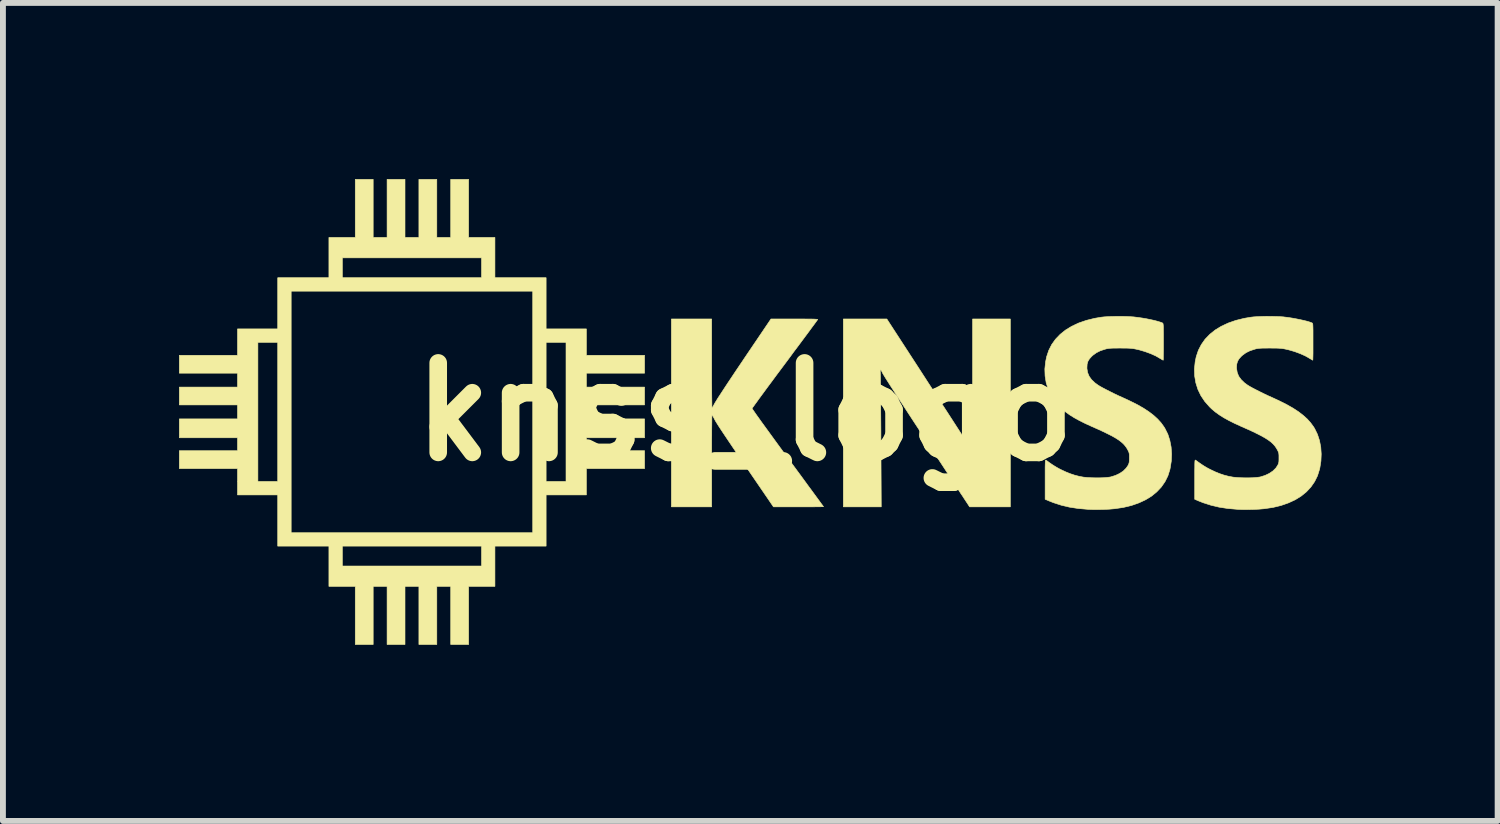
<source format=kicad_pcb>
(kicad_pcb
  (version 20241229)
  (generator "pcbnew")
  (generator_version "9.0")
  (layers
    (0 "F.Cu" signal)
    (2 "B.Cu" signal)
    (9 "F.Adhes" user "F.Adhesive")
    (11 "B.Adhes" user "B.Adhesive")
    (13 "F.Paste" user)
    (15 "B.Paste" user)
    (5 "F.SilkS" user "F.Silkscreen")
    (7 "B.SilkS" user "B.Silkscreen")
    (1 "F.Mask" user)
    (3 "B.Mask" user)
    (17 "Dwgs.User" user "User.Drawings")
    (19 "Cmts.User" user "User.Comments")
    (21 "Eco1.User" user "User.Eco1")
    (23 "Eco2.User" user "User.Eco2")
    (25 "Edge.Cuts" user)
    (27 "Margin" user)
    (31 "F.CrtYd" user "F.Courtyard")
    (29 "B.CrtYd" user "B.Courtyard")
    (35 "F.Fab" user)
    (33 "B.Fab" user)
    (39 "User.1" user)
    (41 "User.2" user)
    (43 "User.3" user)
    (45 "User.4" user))
  (footprint "knss_logo"
    (layer "F.Cu")
    (at 9.64 3.967)
    (property "Reference" "knss_logo" (at 0 0 0) (layer "F.SilkS") (effects (font (size 1.524 1.524) (thickness 0.3))))
    (attr through_hole)
    (fp_poly (pts (xy 4.521 1.617) (xy 3.827 1.617) (xy 3.748 1.496) (xy 3.734 1.475) (xy 3.711 1.439) (xy 3.679 1.392) (xy 3.641 1.333) (xy 3.596 1.264) (xy 3.545 1.186) (xy 3.488 1.099) (xy 3.426 1.005) (xy 3.361 0.905) (xy 3.291 0.799) (xy 3.219 0.688) (xy 3.144 0.574) (xy 3.068 0.458) (xy 3.051 0.432) (xy 2.957 0.288) (xy 2.871 0.157) (xy 2.794 0.039) (xy 2.725 -0.067) (xy 2.663 -0.162) (xy 2.608 -0.246) (xy 2.56 -0.32) (xy 2.518 -0.385) (xy 2.481 -0.442) (xy 2.45 -0.491) (xy 2.424 -0.532) (xy 2.401 -0.568) (xy 2.383 -0.597) (xy 2.368 -0.622) (xy 2.356 -0.642) (xy 2.346 -0.659) (xy 2.339 -0.674) (xy 2.333 -0.686) (xy 2.332 -0.688) (xy 2.319 -0.711) (xy 2.31 -0.718) (xy 2.305 -0.709) (xy 2.305 -0.683) (xy 2.306 -0.667) (xy 2.307 -0.652) (xy 2.308 -0.621) (xy 2.309 -0.576) (xy 2.309 -0.516) (xy 2.31 -0.444) (xy 2.311 -0.36) (xy 2.312 -0.266) (xy 2.313 -0.162) (xy 2.313 -0.049) (xy 2.314 0.071) (xy 2.315 0.197) (xy 2.316 0.329) (xy 2.316 0.465) (xy 2.316 0.502) (xy 2.322 1.617) (xy 1.676 1.617) (xy 1.676 -1.583) (xy 2.047 -1.583) (xy 2.417 -1.583) (xy 3.006 -0.676) (xy 3.117 -0.504) (xy 3.22 -0.346) (xy 3.313 -0.201) (xy 3.399 -0.069) (xy 3.476 0.05) (xy 3.546 0.158) (xy 3.608 0.254) (xy 3.663 0.339) (xy 3.711 0.414) (xy 3.752 0.478) (xy 3.787 0.532) (xy 3.816 0.578) (xy 3.84 0.614) (xy 3.857 0.642) (xy 3.87 0.662) (xy 3.878 0.675) (xy 3.881 0.681) (xy 3.885 0.689) (xy 3.888 0.684) (xy 3.89 0.665) (xy 3.891 0.631) (xy 3.89 0.582) (xy 3.887 0.517) (xy 3.886 0.49) (xy 3.885 0.456) (xy 3.884 0.406) (xy 3.883 0.342) (xy 3.882 0.265) (xy 3.881 0.177) (xy 3.88 0.079) (xy 3.88 -0.028) (xy 3.879 -0.143) (xy 3.879 -0.263) (xy 3.878 -0.387) (xy 3.878 -0.515) (xy 3.878 -0.641) (xy 3.878 -1.583) (xy 4.521 -1.583) (xy 4.521 1.617)) (stroke (width 0.01) (type solid)) (fill yes) (layer "F.SilkS"))
    (fp_poly (pts (xy -6.333 -2.972) (xy -6.096 -2.972) (xy -6.096 -3.962) (xy -5.791 -3.962) (xy -5.791 -2.972) (xy -5.554 -2.972) (xy -5.554 -3.962) (xy -5.249 -3.962) (xy -5.249 -2.972) (xy -5.012 -2.972) (xy -5.012 -3.962) (xy -4.707 -3.962) (xy -4.707 -2.972) (xy -4.259 -2.972) (xy -4.259 -2.286) (xy -3.387 -2.286) (xy -3.387 -1.414) (xy -2.701 -1.414) (xy -2.701 -0.965) (xy -1.71 -0.965) (xy -1.71 -0.66) (xy -2.701 -0.66) (xy -2.701 -0.423) (xy -1.71 -0.423) (xy -1.71 -0.119) (xy -2.701 -0.119) (xy -2.701 0.119) (xy -1.71 0.119) (xy -1.71 0.44) (xy -2.701 0.44) (xy -2.701 0.66) (xy -1.71 0.66) (xy -1.71 0.965) (xy -2.701 0.965) (xy -2.701 1.414) (xy -3.387 1.414) (xy -3.387 2.286) (xy -4.259 2.286) (xy -4.259 2.972) (xy -4.707 2.972) (xy -4.707 3.962) (xy -5.012 3.962) (xy -5.012 2.972) (xy -5.249 2.972) (xy -5.249 3.962) (xy -5.554 3.962) (xy -5.554 2.972) (xy -5.791 2.972) (xy -5.791 3.962) (xy -6.096 3.962) (xy -6.096 2.972) (xy -6.333 2.972) (xy -6.333 3.962) (xy -6.638 3.962) (xy -6.638 2.972) (xy -7.087 2.972) (xy -7.087 2.286) (xy -6.858 2.286) (xy -6.858 2.625) (xy -4.487 2.625) (xy -4.487 2.286) (xy -6.858 2.286) (xy -7.087 2.286) (xy -7.959 2.286) (xy -7.959 1.414) (xy -8.644 1.414) (xy -8.644 0.965) (xy -9.635 0.965) (xy -9.635 0.66) (xy -8.644 0.66) (xy -8.644 0.44) (xy -9.635 0.44) (xy -9.635 0.119) (xy -8.644 0.119) (xy -8.644 -0.119) (xy -9.635 -0.119) (xy -9.635 -0.423) (xy -8.644 -0.423) (xy -8.644 -0.66) (xy -9.635 -0.66) (xy -9.635 -0.965) (xy -8.644 -0.965) (xy -8.644 -1.185) (xy -8.297 -1.185) (xy -8.297 1.185) (xy -7.959 1.185) (xy -7.959 -1.185) (xy -8.297 -1.185) (xy -8.644 -1.185) (xy -8.644 -1.414) (xy -7.959 -1.414) (xy -7.959 -2.057) (xy -7.73 -2.057) (xy -7.73 2.057) (xy -3.615 2.057) (xy -3.615 -1.185) (xy -3.387 -1.185) (xy -3.387 1.185) (xy -3.048 1.185) (xy -3.048 -1.185) (xy -3.387 -1.185) (xy -3.615 -1.185) (xy -3.615 -2.057) (xy -7.73 -2.057) (xy -7.959 -2.057) (xy -7.959 -2.286) (xy -7.087 -2.286) (xy -7.087 -2.625) (xy -6.858 -2.625) (xy -6.858 -2.286) (xy -4.487 -2.286) (xy -4.487 -2.625) (xy -6.858 -2.625) (xy -7.087 -2.625) (xy -7.087 -2.972) (xy -6.638 -2.972) (xy -6.638 -3.962) (xy -6.333 -3.962) (xy -6.333 -2.972)) (stroke (width 0.01) (type solid)) (fill yes) (layer "F.SilkS"))
    (fp_poly (pts (xy -0.567 -0.826) (xy -0.567 -0.714) (xy -0.567 -0.607) (xy -0.567 -0.507) (xy -0.566 -0.413) (xy -0.566 -0.329) (xy -0.565 -0.254) (xy -0.564 -0.19) (xy -0.563 -0.138) (xy -0.563 -0.1) (xy -0.562 -0.076) (xy -0.561 -0.068) (xy -0.554 -0.075) (xy -0.543 -0.094) (xy -0.528 -0.122) (xy -0.517 -0.142) (xy -0.507 -0.16) (xy -0.488 -0.19) (xy -0.462 -0.233) (xy -0.427 -0.286) (xy -0.386 -0.349) (xy -0.339 -0.421) (xy -0.287 -0.5) (xy -0.23 -0.585) (xy -0.169 -0.677) (xy -0.105 -0.772) (xy -0.038 -0.871) (xy -0.019 -0.9) (xy 0.443 -1.583) (xy 0.844 -1.583) (xy 0.94 -1.583) (xy 1.02 -1.583) (xy 1.086 -1.582) (xy 1.138 -1.582) (xy 1.178 -1.581) (xy 1.207 -1.579) (xy 1.226 -1.578) (xy 1.237 -1.576) (xy 1.239 -1.573) (xy 1.239 -1.573) (xy 1.233 -1.565) (xy 1.218 -1.544) (xy 1.194 -1.511) (xy 1.162 -1.468) (xy 1.122 -1.414) (xy 1.076 -1.351) (xy 1.023 -1.28) (xy 0.965 -1.202) (xy 0.902 -1.117) (xy 0.834 -1.027) (xy 0.764 -0.931) (xy 0.69 -0.832) (xy 0.679 -0.817) (xy 0.605 -0.718) (xy 0.533 -0.622) (xy 0.466 -0.531) (xy 0.402 -0.445) (xy 0.343 -0.365) (xy 0.29 -0.293) (xy 0.243 -0.229) (xy 0.203 -0.173) (xy 0.17 -0.128) (xy 0.145 -0.093) (xy 0.128 -0.07) (xy 0.122 -0.06) (xy 0.121 -0.06) (xy 0.126 -0.051) (xy 0.14 -0.03) (xy 0.163 0.003) (xy 0.194 0.048) (xy 0.233 0.102) (xy 0.279 0.167) (xy 0.332 0.24) (xy 0.391 0.321) (xy 0.455 0.409) (xy 0.524 0.504) (xy 0.597 0.604) (xy 0.674 0.709) (xy 0.728 0.782) (xy 0.805 0.887) (xy 0.88 0.989) (xy 0.951 1.085) (xy 1.018 1.177) (xy 1.08 1.262) (xy 1.137 1.339) (xy 1.188 1.409) (xy 1.233 1.47) (xy 1.271 1.522) (xy 1.3 1.562) (xy 1.322 1.592) (xy 1.335 1.609) (xy 1.338 1.614) (xy 1.33 1.615) (xy 1.306 1.615) (xy 1.269 1.616) (xy 1.219 1.616) (xy 1.159 1.617) (xy 1.09 1.617) (xy 1.014 1.617) (xy 0.932 1.617) (xy 0.912 1.617) (xy 0.486 1.617) (xy 0.008 0.918) (xy -0.082 0.787) (xy -0.164 0.666) (xy -0.238 0.556) (xy -0.304 0.458) (xy -0.361 0.373) (xy -0.41 0.299) (xy -0.45 0.238) (xy -0.48 0.19) (xy -0.502 0.155) (xy -0.512 0.136) (xy -0.53 0.102) (xy -0.545 0.074) (xy -0.556 0.057) (xy -0.561 0.051) (xy -0.562 0.059) (xy -0.563 0.083) (xy -0.564 0.122) (xy -0.564 0.174) (xy -0.565 0.238) (xy -0.566 0.313) (xy -0.566 0.398) (xy -0.567 0.492) (xy -0.567 0.593) (xy -0.567 0.701) (xy -0.567 0.814) (xy -0.567 0.834) (xy -0.567 1.617) (xy -1.253 1.617) (xy -1.253 -1.583) (xy -0.567 -1.583) (xy -0.567 -0.826)) (stroke (width 0.01) (type solid)) (fill yes) (layer "F.SilkS"))
    (fp_poly (pts (xy 6.419 -1.627) (xy 6.498 -1.626) (xy 6.57 -1.622) (xy 6.631 -1.618) (xy 6.633 -1.617) (xy 6.699 -1.609) (xy 6.768 -1.599) (xy 6.839 -1.587) (xy 6.907 -1.573) (xy 6.972 -1.559) (xy 7.028 -1.544) (xy 7.074 -1.53) (xy 7.107 -1.518) (xy 7.113 -1.515) (xy 7.117 -1.512) (xy 7.121 -1.507) (xy 7.123 -1.498) (xy 7.125 -1.484) (xy 7.127 -1.462) (xy 7.128 -1.432) (xy 7.128 -1.392) (xy 7.129 -1.339) (xy 7.129 -1.273) (xy 7.129 -1.194) (xy 7.129 -1.123) (xy 7.129 -1.057) (xy 7.128 -1) (xy 7.127 -0.951) (xy 7.127 -0.914) (xy 7.126 -0.89) (xy 7.125 -0.881) (xy 7.125 -0.881) (xy 7.116 -0.885) (xy 7.097 -0.896) (xy 7.073 -0.911) (xy 7.072 -0.911) (xy 6.998 -0.954) (xy 6.911 -0.993) (xy 6.815 -1.028) (xy 6.717 -1.057) (xy 6.65 -1.072) (xy 6.619 -1.078) (xy 6.585 -1.082) (xy 6.546 -1.085) (xy 6.499 -1.087) (xy 6.441 -1.087) (xy 6.388 -1.088) (xy 6.325 -1.087) (xy 6.276 -1.087) (xy 6.237 -1.085) (xy 6.207 -1.083) (xy 6.181 -1.079) (xy 6.158 -1.075) (xy 6.134 -1.068) (xy 6.054 -1.042) (xy 5.988 -1.009) (xy 5.931 -0.968) (xy 5.905 -0.945) (xy 5.867 -0.902) (xy 5.842 -0.86) (xy 5.829 -0.814) (xy 5.826 -0.758) (xy 5.826 -0.738) (xy 5.837 -0.671) (xy 5.863 -0.608) (xy 5.904 -0.55) (xy 5.962 -0.495) (xy 6.014 -0.457) (xy 6.05 -0.435) (xy 6.098 -0.408) (xy 6.156 -0.378) (xy 6.221 -0.345) (xy 6.289 -0.311) (xy 6.358 -0.278) (xy 6.425 -0.248) (xy 6.43 -0.246) (xy 6.565 -0.183) (xy 6.685 -0.123) (xy 6.79 -0.063) (xy 6.881 -0.003) (xy 6.961 0.058) (xy 7.029 0.12) (xy 7.088 0.185) (xy 7.137 0.253) (xy 7.156 0.284) (xy 7.204 0.38) (xy 7.238 0.486) (xy 7.26 0.599) (xy 7.268 0.717) (xy 7.263 0.837) (xy 7.244 0.957) (xy 7.239 0.981) (xy 7.205 1.089) (xy 7.156 1.188) (xy 7.093 1.279) (xy 7.016 1.361) (xy 6.927 1.434) (xy 6.824 1.497) (xy 6.71 1.55) (xy 6.584 1.594) (xy 6.446 1.627) (xy 6.298 1.649) (xy 6.286 1.65) (xy 6.206 1.657) (xy 6.115 1.661) (xy 6.022 1.663) (xy 5.931 1.663) (xy 5.85 1.66) (xy 5.838 1.659) (xy 5.676 1.645) (xy 5.527 1.622) (xy 5.388 1.589) (xy 5.258 1.547) (xy 5.184 1.518) (xy 5.114 1.488) (xy 5.114 1.149) (xy 5.114 1.065) (xy 5.114 0.996) (xy 5.114 0.941) (xy 5.115 0.898) (xy 5.116 0.866) (xy 5.117 0.844) (xy 5.119 0.83) (xy 5.121 0.822) (xy 5.124 0.82) (xy 5.127 0.821) (xy 5.13 0.822) (xy 5.185 0.863) (xy 5.231 0.895) (xy 5.272 0.921) (xy 5.31 0.944) (xy 5.349 0.966) (xy 5.389 0.986) (xy 5.468 1.023) (xy 5.54 1.052) (xy 5.611 1.076) (xy 5.688 1.096) (xy 5.718 1.102) (xy 5.767 1.111) (xy 5.827 1.117) (xy 5.895 1.121) (xy 5.967 1.123) (xy 6.039 1.123) (xy 6.107 1.121) (xy 6.168 1.116) (xy 6.217 1.11) (xy 6.232 1.107) (xy 6.312 1.082) (xy 6.384 1.048) (xy 6.446 1.006) (xy 6.495 0.957) (xy 6.527 0.91) (xy 6.537 0.888) (xy 6.544 0.868) (xy 6.547 0.844) (xy 6.549 0.812) (xy 6.549 0.783) (xy 6.549 0.743) (xy 6.547 0.714) (xy 6.542 0.692) (xy 6.534 0.671) (xy 6.522 0.648) (xy 6.501 0.611) (xy 6.476 0.577) (xy 6.447 0.544) (xy 6.411 0.512) (xy 6.369 0.48) (xy 6.318 0.447) (xy 6.257 0.412) (xy 6.184 0.375) (xy 6.1 0.334) (xy 6.002 0.289) (xy 5.911 0.249) (xy 5.797 0.197) (xy 5.697 0.147) (xy 5.61 0.099) (xy 5.533 0.051) (xy 5.465 0.002) (xy 5.404 -0.05) (xy 5.366 -0.086) (xy 5.285 -0.178) (xy 5.219 -0.278) (xy 5.168 -0.384) (xy 5.132 -0.495) (xy 5.113 -0.612) (xy 5.109 -0.732) (xy 5.122 -0.855) (xy 5.14 -0.942) (xy 5.176 -1.049) (xy 5.226 -1.148) (xy 5.291 -1.239) (xy 5.37 -1.321) (xy 5.462 -1.395) (xy 5.567 -1.459) (xy 5.684 -1.514) (xy 5.814 -1.559) (xy 5.955 -1.594) (xy 6.066 -1.613) (xy 6.119 -1.619) (xy 6.184 -1.623) (xy 6.259 -1.626) (xy 6.339 -1.627) (xy 6.419 -1.627)) (stroke (width 0.01) (type solid)) (fill yes) (layer "F.SilkS"))
    (fp_poly (pts (xy 8.964 -1.627) (xy 9.042 -1.626) (xy 9.113 -1.623) (xy 9.174 -1.619) (xy 9.186 -1.617) (xy 9.253 -1.609) (xy 9.323 -1.598) (xy 9.394 -1.585) (xy 9.463 -1.571) (xy 9.526 -1.557) (xy 9.582 -1.543) (xy 9.627 -1.529) (xy 9.658 -1.517) (xy 9.662 -1.515) (xy 9.666 -1.512) (xy 9.669 -1.507) (xy 9.672 -1.498) (xy 9.674 -1.484) (xy 9.675 -1.462) (xy 9.676 -1.432) (xy 9.677 -1.392) (xy 9.677 -1.339) (xy 9.677 -1.273) (xy 9.677 -1.194) (xy 9.677 -1.123) (xy 9.677 -1.057) (xy 9.677 -1) (xy 9.676 -0.951) (xy 9.675 -0.914) (xy 9.674 -0.89) (xy 9.673 -0.881) (xy 9.673 -0.881) (xy 9.665 -0.885) (xy 9.646 -0.896) (xy 9.621 -0.911) (xy 9.621 -0.911) (xy 9.546 -0.954) (xy 9.459 -0.993) (xy 9.364 -1.028) (xy 9.265 -1.057) (xy 9.199 -1.072) (xy 9.167 -1.078) (xy 9.134 -1.082) (xy 9.095 -1.085) (xy 9.048 -1.087) (xy 8.989 -1.087) (xy 8.937 -1.088) (xy 8.873 -1.087) (xy 8.824 -1.087) (xy 8.786 -1.085) (xy 8.755 -1.083) (xy 8.73 -1.079) (xy 8.706 -1.075) (xy 8.683 -1.068) (xy 8.603 -1.042) (xy 8.536 -1.009) (xy 8.479 -0.968) (xy 8.453 -0.945) (xy 8.415 -0.902) (xy 8.391 -0.86) (xy 8.378 -0.814) (xy 8.374 -0.758) (xy 8.375 -0.738) (xy 8.386 -0.671) (xy 8.411 -0.608) (xy 8.453 -0.55) (xy 8.51 -0.495) (xy 8.562 -0.457) (xy 8.598 -0.435) (xy 8.646 -0.408) (xy 8.704 -0.378) (xy 8.769 -0.345) (xy 8.838 -0.311) (xy 8.907 -0.278) (xy 8.974 -0.248) (xy 8.979 -0.246) (xy 9.114 -0.183) (xy 9.233 -0.123) (xy 9.338 -0.063) (xy 9.43 -0.003) (xy 9.509 0.058) (xy 9.578 0.12) (xy 9.636 0.185) (xy 9.686 0.253) (xy 9.705 0.284) (xy 9.752 0.38) (xy 9.787 0.486) (xy 9.809 0.599) (xy 9.817 0.717) (xy 9.812 0.837) (xy 9.793 0.957) (xy 9.787 0.981) (xy 9.753 1.089) (xy 9.704 1.188) (xy 9.641 1.279) (xy 9.565 1.361) (xy 9.475 1.434) (xy 9.373 1.497) (xy 9.258 1.55) (xy 9.132 1.594) (xy 8.995 1.627) (xy 8.846 1.649) (xy 8.835 1.65) (xy 8.754 1.657) (xy 8.664 1.661) (xy 8.57 1.663) (xy 8.479 1.663) (xy 8.398 1.66) (xy 8.386 1.659) (xy 8.224 1.645) (xy 8.075 1.622) (xy 7.937 1.589) (xy 7.806 1.547) (xy 7.732 1.518) (xy 7.662 1.488) (xy 7.662 1.149) (xy 7.662 1.065) (xy 7.662 0.996) (xy 7.663 0.941) (xy 7.663 0.898) (xy 7.664 0.866) (xy 7.665 0.844) (xy 7.667 0.83) (xy 7.669 0.822) (xy 7.672 0.82) (xy 7.675 0.821) (xy 7.678 0.822) (xy 7.734 0.863) (xy 7.78 0.895) (xy 7.82 0.921) (xy 7.858 0.944) (xy 7.898 0.966) (xy 7.938 0.986) (xy 8.016 1.023) (xy 8.088 1.052) (xy 8.159 1.076) (xy 8.236 1.096) (xy 8.267 1.102) (xy 8.316 1.111) (xy 8.376 1.117) (xy 8.444 1.121) (xy 8.516 1.123) (xy 8.588 1.123) (xy 8.656 1.121) (xy 8.716 1.116) (xy 8.765 1.11) (xy 8.781 1.107) (xy 8.86 1.082) (xy 8.932 1.048) (xy 8.994 1.006) (xy 9.044 0.957) (xy 9.075 0.91) (xy 9.086 0.888) (xy 9.092 0.868) (xy 9.096 0.844) (xy 9.097 0.812) (xy 9.097 0.783) (xy 9.097 0.743) (xy 9.095 0.714) (xy 9.091 0.692) (xy 9.082 0.671) (xy 9.071 0.648) (xy 9.049 0.611) (xy 9.025 0.577) (xy 8.995 0.544) (xy 8.96 0.512) (xy 8.917 0.48) (xy 8.866 0.447) (xy 8.805 0.412) (xy 8.733 0.375) (xy 8.649 0.334) (xy 8.55 0.289) (xy 8.459 0.249) (xy 8.345 0.197) (xy 8.245 0.147) (xy 8.158 0.099) (xy 8.082 0.051) (xy 8.014 0.002) (xy 7.952 -0.05) (xy 7.915 -0.086) (xy 7.834 -0.178) (xy 7.767 -0.278) (xy 7.716 -0.384) (xy 7.681 -0.495) (xy 7.661 -0.612) (xy 7.657 -0.732) (xy 7.67 -0.855) (xy 7.688 -0.942) (xy 7.724 -1.049) (xy 7.775 -1.148) (xy 7.839 -1.239) (xy 7.918 -1.321) (xy 8.01 -1.395) (xy 8.115 -1.459) (xy 8.233 -1.514) (xy 8.362 -1.559) (xy 8.504 -1.594) (xy 8.615 -1.613) (xy 8.666 -1.619) (xy 8.731 -1.623) (xy 8.805 -1.626) (xy 8.884 -1.628) (xy 8.964 -1.627)) (stroke (width 0.01) (type solid)) (fill yes) (layer "F.SilkS")))
  (gr_rect
    (start -3 -3)
    (end 22.462 10.935)
    (stroke (width 0.1) (type default))
    (fill no)
    (layer "Edge.Cuts")))
</source>
